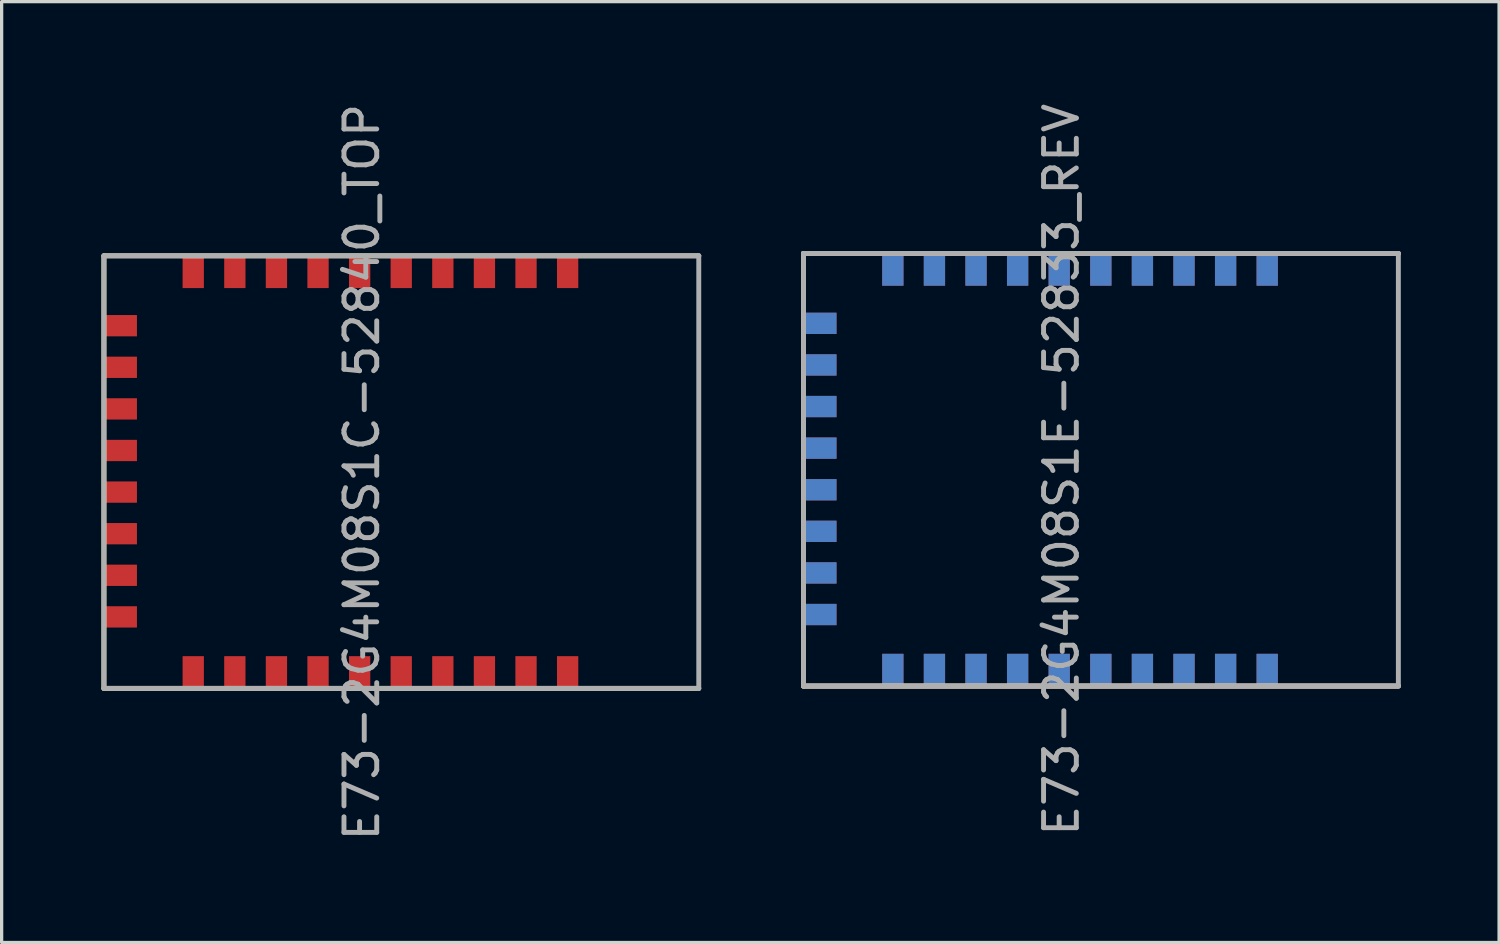
<source format=kicad_pcb>
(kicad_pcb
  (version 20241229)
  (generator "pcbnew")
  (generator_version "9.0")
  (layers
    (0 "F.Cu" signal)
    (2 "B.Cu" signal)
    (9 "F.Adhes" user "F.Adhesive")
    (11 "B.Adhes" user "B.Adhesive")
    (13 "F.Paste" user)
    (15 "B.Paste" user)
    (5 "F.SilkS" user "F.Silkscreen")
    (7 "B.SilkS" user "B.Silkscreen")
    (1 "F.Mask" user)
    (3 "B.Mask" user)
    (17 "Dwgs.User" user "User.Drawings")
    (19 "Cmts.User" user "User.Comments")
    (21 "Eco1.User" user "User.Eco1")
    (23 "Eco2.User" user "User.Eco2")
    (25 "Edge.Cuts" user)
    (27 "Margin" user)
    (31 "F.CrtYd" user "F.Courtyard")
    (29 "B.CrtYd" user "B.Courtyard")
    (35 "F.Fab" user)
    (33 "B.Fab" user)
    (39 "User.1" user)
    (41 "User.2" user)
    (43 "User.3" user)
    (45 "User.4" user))
  (footprint "E73-2G4M08S1E-52833_REV"
    (layer "F.Cu")
    (at 21.609 11.292)
    (property "Reference" "E73-2G4M08S1E-52833_REV" (at 7.747 -0.000467 270) (layer "F.Fab") (effects (font (size 1 1) (thickness 0.15))))
    (attr through_hole)
    (fp_line (start -0.127 -6.604) (end -0.127 6.604) (stroke (width 0.15) (type solid)) (layer "F.SilkS"))
    (fp_line (start -0.127 6.604) (end 18.034 6.604) (stroke (width 0.15) (type solid)) (layer "F.SilkS"))
    (fp_line (start 18.034 -6.604) (end -0.127 -6.604) (stroke (width 0.15) (type solid)) (layer "F.SilkS"))
    (fp_line (start -0.127 -6.604) (end -0.127 6.604) (stroke (width 0.15) (type solid)) (layer "B.SilkS"))
    (fp_line (start -0.127 6.604) (end 18.034 6.604) (stroke (width 0.15) (type solid)) (layer "B.SilkS"))
    (fp_line (start 18.034 -6.604) (end -0.127 -6.604) (stroke (width 0.15) (type solid)) (layer "B.SilkS"))
    (fp_line (start -0.127 -6.604) (end -0.127 6.604) (stroke (width 0.15) (type solid)) (layer "F.Fab"))
    (fp_line (start -0.127 6.604) (end 18.034 6.604) (stroke (width 0.15) (type solid)) (layer "F.Fab"))
    (fp_line (start 18.034 -6.604) (end -0.127 -6.604) (stroke (width 0.15) (type solid)) (layer "F.Fab"))
    (fp_line (start 18.034 6.604) (end 18.034 -6.604) (stroke (width 0.15) (type solid)) (layer "F.Fab"))
    (pad "1" smd rect (at 14.03 -6.119) (size 0.65 1) (layers "F.Cu" "F.Mask" "F.Paste"))
    (pad "1" smd rect (at 14.03 6.12 180) (size 0.65 1) (layers "B.Cu" "B.Mask" "B.Paste"))
    (pad "2" smd rect (at 12.76 -6.119) (size 0.65 1) (layers "F.Cu" "F.Mask" "F.Paste"))
    (pad "2" smd rect (at 12.76 6.12 180) (size 0.65 1) (layers "B.Cu" "B.Mask" "B.Paste"))
    (pad "3" smd rect (at 11.49 -6.119) (size 0.65 1) (layers "F.Cu" "F.Mask" "F.Paste"))
    (pad "3" smd rect (at 11.49 6.12 180) (size 0.65 1) (layers "B.Cu" "B.Mask" "B.Paste"))
    (pad "4" smd rect (at 10.22 -6.119) (size 0.65 1) (layers "F.Cu" "F.Mask" "F.Paste"))
    (pad "4" smd rect (at 10.22 6.12 180) (size 0.65 1) (layers "B.Cu" "B.Mask" "B.Paste"))
    (pad "5" smd rect (at 8.95 -6.119) (size 0.65 1) (layers "F.Cu" "F.Mask" "F.Paste"))
    (pad "5" smd rect (at 8.95 6.12 180) (size 0.65 1) (layers "B.Cu" "B.Mask" "B.Paste"))
    (pad "6" smd rect (at 7.68 -6.119) (size 0.65 1) (layers "F.Cu" "F.Mask" "F.Paste"))
    (pad "6" smd rect (at 7.68 6.12 180) (size 0.65 1) (layers "B.Cu" "B.Mask" "B.Paste"))
    (pad "7" smd rect (at 6.41 -6.119) (size 0.65 1) (layers "F.Cu" "F.Mask" "F.Paste"))
    (pad "7" smd rect (at 6.41 6.12 180) (size 0.65 1) (layers "B.Cu" "B.Mask" "B.Paste"))
    (pad "8" smd rect (at 5.14 -6.119) (size 0.65 1) (layers "F.Cu" "F.Mask" "F.Paste"))
    (pad "8" smd rect (at 5.14 6.12 180) (size 0.65 1) (layers "B.Cu" "B.Mask" "B.Paste"))
    (pad "9" smd rect (at 3.87 -6.119) (size 0.65 1) (layers "F.Cu" "F.Mask" "F.Paste"))
    (pad "9" smd rect (at 3.87 6.12 180) (size 0.65 1) (layers "B.Cu" "B.Mask" "B.Paste"))
    (pad "10" smd rect (at 2.6 -6.119) (size 0.65 1) (layers "F.Cu" "F.Mask" "F.Paste"))
    (pad "10" smd rect (at 2.6 6.12 180) (size 0.65 1) (layers "B.Cu" "B.Mask" "B.Paste"))
    (pad "11" smd rect (at 0.38 4.42 90) (size 0.65 1) (layers "B.Cu" "B.Mask" "B.Paste"))
    (pad "11" smd rect (at 0.381 -4.47 90) (size 0.65 1) (layers "F.Cu" "F.Mask" "F.Paste"))
    (pad "13" smd rect (at 0.38 3.15 90) (size 0.65 1) (layers "B.Cu" "B.Mask" "B.Paste"))
    (pad "13" smd rect (at 0.381 -3.2 90) (size 0.65 1) (layers "F.Cu" "F.Mask" "F.Paste"))
    (pad "15" smd rect (at 0.38 1.88 90) (size 0.65 1) (layers "B.Cu" "B.Mask" "B.Paste"))
    (pad "15" smd rect (at 0.381 -1.93 90) (size 0.65 1) (layers "F.Cu" "F.Mask" "F.Paste"))
    (pad "17" smd rect (at 0.38 0.61 90) (size 0.65 1) (layers "B.Cu" "B.Mask" "B.Paste"))
    (pad "17" smd rect (at 0.381 -0.66 90) (size 0.65 1) (layers "F.Cu" "F.Mask" "F.Paste"))
    (pad "19" smd rect (at 0.38 -0.66 90) (size 0.65 1) (layers "B.Cu" "B.Mask" "B.Paste"))
    (pad "19" smd rect (at 0.381 0.61 90) (size 0.65 1) (layers "F.Cu" "F.Mask" "F.Paste"))
    (pad "21" smd rect (at 0.38 -1.93 90) (size 0.65 1) (layers "B.Cu" "B.Mask" "B.Paste"))
    (pad "21" smd rect (at 0.381 1.88 90) (size 0.65 1) (layers "F.Cu" "F.Mask" "F.Paste"))
    (pad "23" smd rect (at 0.38 -3.2 90) (size 0.65 1) (layers "B.Cu" "B.Mask" "B.Paste"))
    (pad "23" smd rect (at 0.381 3.15 90) (size 0.65 1) (layers "F.Cu" "F.Mask" "F.Paste"))
    (pad "25" smd rect (at 0.38 -4.47 90) (size 0.65 1) (layers "B.Cu" "B.Mask" "B.Paste"))
    (pad "25" smd rect (at 0.381 4.42 90) (size 0.65 1) (layers "F.Cu" "F.Mask" "F.Paste"))
    (pad "26" smd rect (at 2.6 -6.12 180) (size 0.65 1) (layers "B.Cu" "B.Mask" "B.Paste"))
    (pad "26" smd rect (at 2.6 6.119) (size 0.65 1) (layers "F.Cu" "F.Mask" "F.Paste"))
    (pad "27" smd rect (at 3.87 -6.12 180) (size 0.65 1) (layers "B.Cu" "B.Mask" "B.Paste"))
    (pad "27" smd rect (at 3.87 6.119) (size 0.65 1) (layers "F.Cu" "F.Mask" "F.Paste"))
    (pad "29" smd rect (at 5.14 -6.12 180) (size 0.65 1) (layers "B.Cu" "B.Mask" "B.Paste"))
    (pad "29" smd rect (at 5.14 6.119) (size 0.65 1) (layers "F.Cu" "F.Mask" "F.Paste"))
    (pad "31" smd rect (at 6.41 -6.12 180) (size 0.65 1) (layers "B.Cu" "B.Mask" "B.Paste"))
    (pad "31" smd rect (at 6.41 6.119) (size 0.65 1) (layers "F.Cu" "F.Mask" "F.Paste"))
    (pad "33" smd rect (at 7.68 -6.12 180) (size 0.65 1) (layers "B.Cu" "B.Mask" "B.Paste"))
    (pad "33" smd rect (at 7.68 6.119) (size 0.65 1) (layers "F.Cu" "F.Mask" "F.Paste"))
    (pad "35" smd rect (at 8.95 -6.12 180) (size 0.65 1) (layers "B.Cu" "B.Mask" "B.Paste"))
    (pad "35" smd rect (at 8.95 6.119) (size 0.65 1) (layers "F.Cu" "F.Mask" "F.Paste"))
    (pad "37" smd rect (at 10.22 -6.12 180) (size 0.65 1) (layers "B.Cu" "B.Mask" "B.Paste"))
    (pad "37" smd rect (at 10.22 6.119) (size 0.65 1) (layers "F.Cu" "F.Mask" "F.Paste"))
    (pad "39" smd rect (at 11.49 -6.12 180) (size 0.65 1) (layers "B.Cu" "B.Mask" "B.Paste"))
    (pad "39" smd rect (at 11.49 6.119) (size 0.65 1) (layers "F.Cu" "F.Mask" "F.Paste"))
    (pad "41" smd rect (at 12.76 -6.12 180) (size 0.65 1) (layers "B.Cu" "B.Mask" "B.Paste"))
    (pad "41" smd rect (at 12.76 6.119) (size 0.65 1) (layers "F.Cu" "F.Mask" "F.Paste"))
    (pad "43" smd rect (at 14.03 -6.12 180) (size 0.65 1) (layers "B.Cu" "B.Mask" "B.Paste"))
    (pad "43" smd rect (at 14.03 6.119) (size 0.65 1) (layers "F.Cu" "F.Mask" "F.Paste")))
  (footprint "E73-2G4M08S1C-52840_TOP"
    (layer "F.Cu")
    (at 0.25 11.364)
    (property "Reference" "E73-2G4M08S1C-52840_TOP" (at 7.747 -0.000467 270) (layer "F.Fab") (effects (font (size 1 1) (thickness 0.15))))
    (attr through_hole)
    (fp_line (start -0.127 -6.604) (end -0.127 6.604) (stroke (width 0.15) (type solid)) (layer "F.SilkS"))
    (fp_line (start -0.127 6.604) (end 18.034 6.604) (stroke (width 0.15) (type solid)) (layer "F.SilkS"))
    (fp_line (start 18.034 -6.604) (end -0.127 -6.604) (stroke (width 0.15) (type solid)) (layer "F.SilkS"))
    (fp_line (start -0.127 -6.604) (end -0.127 6.604) (stroke (width 0.15) (type solid)) (layer "F.Fab"))
    (fp_line (start -0.127 6.604) (end 18.034 6.604) (stroke (width 0.15) (type solid)) (layer "F.Fab"))
    (fp_line (start 18.034 -6.604) (end -0.127 -6.604) (stroke (width 0.15) (type solid)) (layer "F.Fab"))
    (fp_line (start 18.034 6.604) (end 18.034 -6.604) (stroke (width 0.15) (type solid)) (layer "F.Fab"))
    (pad "1" smd rect (at 14.03 -6.119) (size 0.65 1) (layers "F.Cu" "F.Mask" "F.Paste"))
    (pad "2" smd rect (at 12.76 -6.119) (size 0.65 1) (layers "F.Cu" "F.Mask" "F.Paste"))
    (pad "3" smd rect (at 11.49 -6.119) (size 0.65 1) (layers "F.Cu" "F.Mask" "F.Paste"))
    (pad "4" smd rect (at 10.22 -6.119) (size 0.65 1) (layers "F.Cu" "F.Mask" "F.Paste"))
    (pad "5" smd rect (at 8.95 -6.119) (size 0.65 1) (layers "F.Cu" "F.Mask" "F.Paste"))
    (pad "6" smd rect (at 7.68 -6.119) (size 0.65 1) (layers "F.Cu" "F.Mask" "F.Paste"))
    (pad "7" smd rect (at 6.41 -6.119) (size 0.65 1) (layers "F.Cu" "F.Mask" "F.Paste"))
    (pad "8" smd rect (at 5.14 -6.119) (size 0.65 1) (layers "F.Cu" "F.Mask" "F.Paste"))
    (pad "9" smd rect (at 3.87 -6.119) (size 0.65 1) (layers "F.Cu" "F.Mask" "F.Paste"))
    (pad "10" smd rect (at 2.6 -6.119) (size 0.65 1) (layers "F.Cu" "F.Mask" "F.Paste"))
    (pad "11" smd rect (at 0.381 -4.47 90) (size 0.65 1) (layers "F.Cu" "F.Mask" "F.Paste"))
    (pad "13" smd rect (at 0.381 -3.2 90) (size 0.65 1) (layers "F.Cu" "F.Mask" "F.Paste"))
    (pad "15" smd rect (at 0.381 -1.93 90) (size 0.65 1) (layers "F.Cu" "F.Mask" "F.Paste"))
    (pad "17" smd rect (at 0.381 -0.66 90) (size 0.65 1) (layers "F.Cu" "F.Mask" "F.Paste"))
    (pad "19" smd rect (at 0.381 0.61 90) (size 0.65 1) (layers "F.Cu" "F.Mask" "F.Paste"))
    (pad "21" smd rect (at 0.381 1.88 90) (size 0.65 1) (layers "F.Cu" "F.Mask" "F.Paste"))
    (pad "23" smd rect (at 0.381 3.15 90) (size 0.65 1) (layers "F.Cu" "F.Mask" "F.Paste"))
    (pad "25" smd rect (at 0.381 4.42 90) (size 0.65 1) (layers "F.Cu" "F.Mask" "F.Paste"))
    (pad "26" smd rect (at 2.6 6.119) (size 0.65 1) (layers "F.Cu" "F.Mask" "F.Paste"))
    (pad "27" smd rect (at 3.87 6.119) (size 0.65 1) (layers "F.Cu" "F.Mask" "F.Paste"))
    (pad "29" smd rect (at 5.14 6.119) (size 0.65 1) (layers "F.Cu" "F.Mask" "F.Paste"))
    (pad "31" smd rect (at 6.41 6.119) (size 0.65 1) (layers "F.Cu" "F.Mask" "F.Paste"))
    (pad "33" smd rect (at 7.68 6.119) (size 0.65 1) (layers "F.Cu" "F.Mask" "F.Paste"))
    (pad "35" smd rect (at 8.95 6.119) (size 0.65 1) (layers "F.Cu" "F.Mask" "F.Paste"))
    (pad "37" smd rect (at 10.22 6.119) (size 0.65 1) (layers "F.Cu" "F.Mask" "F.Paste"))
    (pad "39" smd rect (at 11.49 6.119) (size 0.65 1) (layers "F.Cu" "F.Mask" "F.Paste"))
    (pad "41" smd rect (at 12.76 6.119) (size 0.65 1) (layers "F.Cu" "F.Mask" "F.Paste"))
    (pad "43" smd rect (at 14.03 6.119) (size 0.65 1) (layers "F.Cu" "F.Mask" "F.Paste")))
  (gr_rect
    (start -3 -3)
    (end 42.718 25.726)
    (stroke (width 0.1) (type default))
    (fill no)
    (layer "Edge.Cuts")))
</source>
